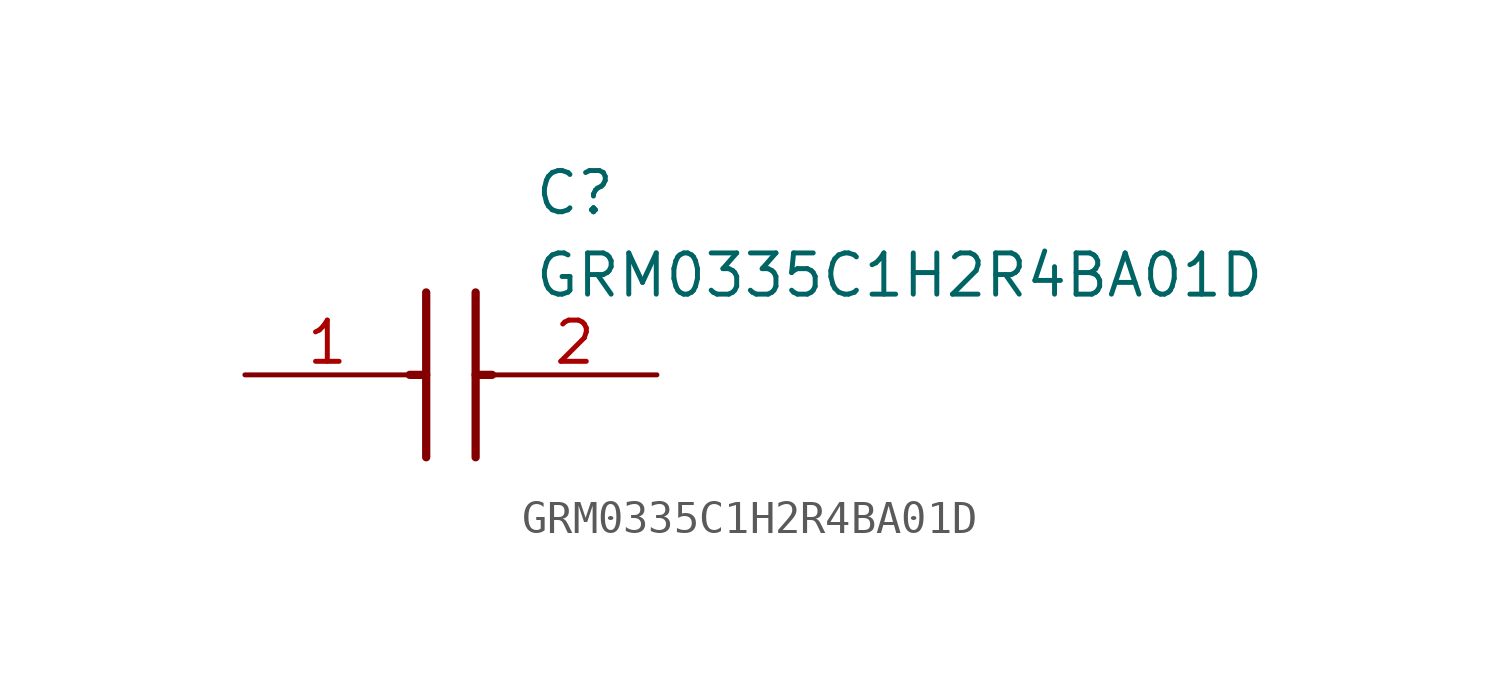
<source format=kicad_sym>
(kicad_symbol_lib
  (version 20211014)
  (generator SamacSys_ECAD_Model)
  (symbol "GRM0335C1H2R4BA01D"
    (pin_names hide)
    (property "Reference" "C"
      (at 8.89 6.35 0)
      (effects (font (size 1.27 1.27)) (justify left top)))
    (property "Value" "GRM0335C1H2R4BA01D"
      (at 8.89 3.81 0)
      (effects (font (size 1.27 1.27)) (justify left top)))
    (polyline
      (pts (xy 5.588 2.54) (xy 5.588 -2.54))
      (stroke (width 0.254) (type default))
      (fill (type none)))
    (polyline
      (pts (xy 7.112 2.54) (xy 7.112 -2.54))
      (stroke (width 0.254) (type default))
      (fill (type none)))
    (polyline
      (pts (xy 5.08 0) (xy 5.588 0))
      (stroke (width 0.254) (type default))
      (fill (type none)))
    (polyline
      (pts (xy 7.112 0) (xy 7.62 0))
      (stroke (width 0.254) (type default))
      (fill (type none)))
    (pin passive line
      (at 0 0 0)
      (length 5.08)
      (name "1" (effects (font (size 1.27 1.27))))
      (number "1" (effects (font (size 1.27 1.27)))))
    (pin passive line
      (at 12.7 0 180)
      (length 5.08)
      (name "2" (effects (font (size 1.27 1.27))))
      (number "2" (effects (font (size 1.27 1.27)))))))
</source>
